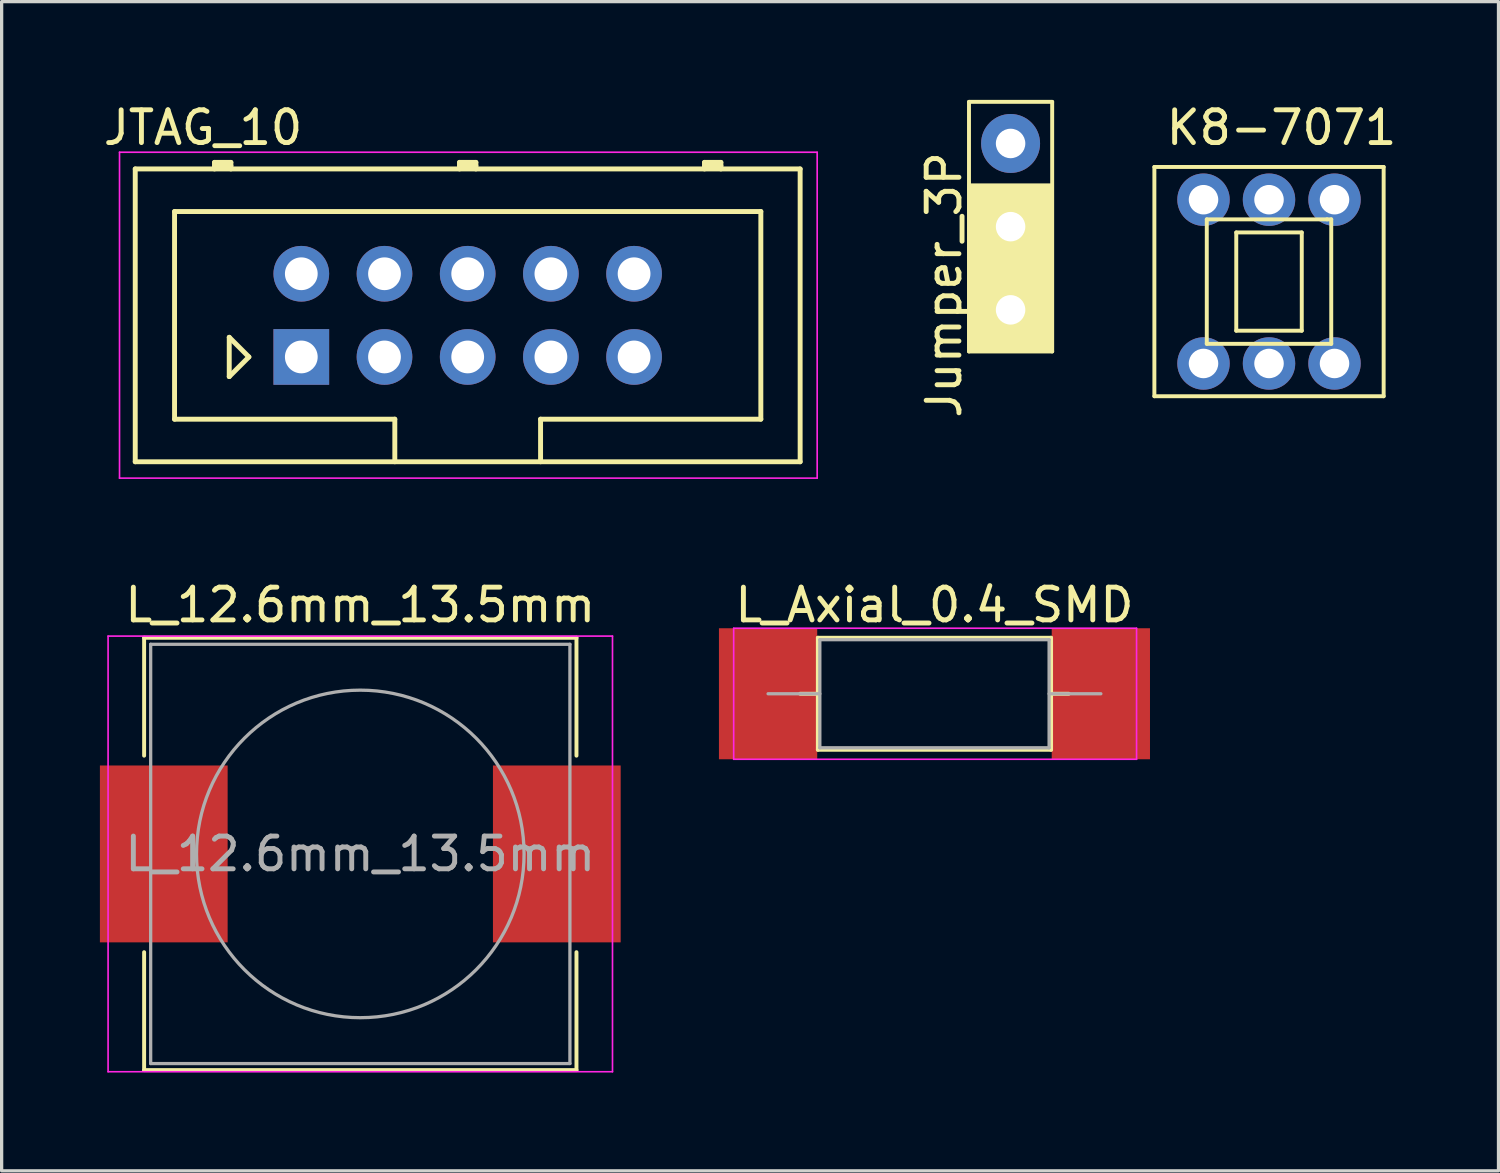
<source format=kicad_pcb>
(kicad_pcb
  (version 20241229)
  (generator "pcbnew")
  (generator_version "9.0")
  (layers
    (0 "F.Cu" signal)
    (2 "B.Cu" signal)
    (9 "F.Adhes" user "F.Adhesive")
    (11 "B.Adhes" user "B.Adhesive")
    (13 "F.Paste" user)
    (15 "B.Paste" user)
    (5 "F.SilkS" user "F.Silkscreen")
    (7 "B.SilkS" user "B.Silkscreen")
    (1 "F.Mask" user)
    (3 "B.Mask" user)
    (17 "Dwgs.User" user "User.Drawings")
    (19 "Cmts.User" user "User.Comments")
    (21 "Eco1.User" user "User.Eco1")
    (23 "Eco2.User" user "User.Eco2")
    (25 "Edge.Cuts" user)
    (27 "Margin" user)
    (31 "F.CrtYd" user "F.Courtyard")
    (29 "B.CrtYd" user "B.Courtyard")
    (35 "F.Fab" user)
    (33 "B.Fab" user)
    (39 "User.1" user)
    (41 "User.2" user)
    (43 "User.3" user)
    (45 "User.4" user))
  (footprint "Jumper_3P"
    (layer "F.Cu")
    (at 27.804 1.33)
    (property "Reference" "Jumper_3P" (at -2.032 4.318 270) (layer "F.SilkS") (effects (font (size 1 1) (thickness 0.15))))
    (attr through_hole)
    (fp_line (start -1.27 -1.27) (end -1.27 6.35) (stroke (width 0.12) (type solid)) (layer "F.SilkS"))
    (fp_line (start -1.27 6.35) (end 1.27 6.35) (stroke (width 0.12) (type solid)) (layer "F.SilkS"))
    (fp_line (start 1.27 -1.27) (end -1.27 -1.27) (stroke (width 0.12) (type solid)) (layer "F.SilkS"))
    (fp_line (start 1.27 6.35) (end 1.27 -1.27) (stroke (width 0.12) (type solid)) (layer "F.SilkS"))
    (fp_poly (pts (xy -1.27 1.27) (xy 1.27 1.27) (xy 1.27 6.35) (xy -1.27 6.35)) (stroke (width 0.1) (type solid)) (fill yes) (layer "F.SilkS"))
    (pad "1" thru_hole circle (at 0 0) (size 1.8 1.8) (drill 0.9) (layers "*.Cu" "*.Mask"))
    (pad "2" thru_hole circle (at 0 2.54) (size 1.8 1.8) (drill 0.9) (layers "*.Cu" "*.Mask"))
    (pad "3" thru_hole circle (at 0 5.08) (size 1.8 1.8) (drill 0.9) (layers "*.Cu" "*.Mask")))
  (footprint "L_12.6mm_13.5mm"
    (layer "F.Cu")
    (at 7.95 23.021)
    (property "Reference" "L_12.6mm_13.5mm" (at 0 -7.6 0) (layer "F.SilkS") (effects (font (size 1 1) (thickness 0.15))))
    (attr smd)
    (fp_line (start -6.6 -6.6) (end 6.6 -6.6) (stroke (width 0.12) (type solid)) (layer "F.SilkS"))
    (fp_line (start -6.6 -3) (end -6.6 -6.6) (stroke (width 0.12) (type solid)) (layer "F.SilkS"))
    (fp_line (start -6.6 6.6) (end -6.6 3) (stroke (width 0.12) (type solid)) (layer "F.SilkS"))
    (fp_line (start 6.6 -6.6) (end 6.6 -3) (stroke (width 0.12) (type solid)) (layer "F.SilkS"))
    (fp_line (start 6.6 3) (end 6.6 6.6) (stroke (width 0.12) (type solid)) (layer "F.SilkS"))
    (fp_line (start 6.6 6.6) (end -6.6 6.6) (stroke (width 0.12) (type solid)) (layer "F.SilkS"))
    (fp_line (start -7.7 -6.65) (end -7.7 6.65) (stroke (width 0.05) (type solid)) (layer "F.CrtYd"))
    (fp_line (start -7.7 -6.65) (end 7.7 -6.65) (stroke (width 0.05) (type solid)) (layer "F.CrtYd"))
    (fp_line (start 7.7 6.65) (end -7.7 6.65) (stroke (width 0.05) (type solid)) (layer "F.CrtYd"))
    (fp_line (start 7.7 6.65) (end 7.7 -6.65) (stroke (width 0.05) (type solid)) (layer "F.CrtYd"))
    (fp_line (start -6.4 -6.4) (end 6.4 -6.4) (stroke (width 0.1) (type solid)) (layer "F.Fab"))
    (fp_line (start -6.4 6.4) (end -6.4 -6.4) (stroke (width 0.1) (type solid)) (layer "F.Fab"))
    (fp_line (start 6.4 -6.4) (end 6.4 6.4) (stroke (width 0.1) (type solid)) (layer "F.Fab"))
    (fp_line (start 6.4 6.4) (end -6.4 6.4) (stroke (width 0.1) (type solid)) (layer "F.Fab"))
    (fp_circle (center 0 0) (end 5 0) (stroke (width 0.1) (type solid)) (fill no) (layer "F.Fab"))
    (fp_text user "${REFERENCE}" (at 0 0 0) (layer "F.Fab") (effects (font (size 1 1) (thickness 0.15))))
    (pad "1" smd rect (at -6 0) (size 3.9 5.4) (layers "F.Cu" "F.Mask" "F.Paste"))
    (pad "2" smd rect (at 6 0) (size 3.9 5.4) (layers "F.Cu" "F.Mask" "F.Paste")))
  (footprint "L_Axial_0.4_SMD"
    (layer "F.Cu")
    (at 20.4 18.131)
    (property "Reference" "L_Axial_0.4_SMD" (at 5.08 -2.71 0) (layer "F.SilkS") (effects (font (size 1 1) (thickness 0.15))))
    (attr through_hole)
    (fp_line (start 0.98 0) (end 1.52 0) (stroke (width 0.12) (type solid)) (layer "F.SilkS"))
    (fp_line (start 1.52 -1.71) (end 1.52 1.71) (stroke (width 0.12) (type solid)) (layer "F.SilkS"))
    (fp_line (start 1.52 1.71) (end 8.64 1.71) (stroke (width 0.12) (type solid)) (layer "F.SilkS"))
    (fp_line (start 8.64 -1.71) (end 1.52 -1.71) (stroke (width 0.12) (type solid)) (layer "F.SilkS"))
    (fp_line (start 8.64 1.71) (end 8.64 -1.71) (stroke (width 0.12) (type solid)) (layer "F.SilkS"))
    (fp_line (start 9.18 0) (end 8.64 0) (stroke (width 0.12) (type solid)) (layer "F.SilkS"))
    (fp_line (start -1.05 -2) (end -1.05 2) (stroke (width 0.05) (type solid)) (layer "F.CrtYd"))
    (fp_line (start -1.05 2) (end 11.25 2) (stroke (width 0.05) (type solid)) (layer "F.CrtYd"))
    (fp_line (start 11.25 -2) (end -1.05 -2) (stroke (width 0.05) (type solid)) (layer "F.CrtYd"))
    (fp_line (start 11.25 2) (end 11.25 -2) (stroke (width 0.05) (type solid)) (layer "F.CrtYd"))
    (fp_line (start 0 0) (end 1.58 0) (stroke (width 0.1) (type solid)) (layer "F.Fab"))
    (fp_line (start 1.58 -1.65) (end 1.58 1.65) (stroke (width 0.1) (type solid)) (layer "F.Fab"))
    (fp_line (start 1.58 1.65) (end 8.58 1.65) (stroke (width 0.1) (type solid)) (layer "F.Fab"))
    (fp_line (start 8.58 -1.65) (end 1.58 -1.65) (stroke (width 0.1) (type solid)) (layer "F.Fab"))
    (fp_line (start 8.58 1.65) (end 8.58 -1.65) (stroke (width 0.1) (type solid)) (layer "F.Fab"))
    (fp_line (start 10.16 0) (end 8.58 0) (stroke (width 0.1) (type solid)) (layer "F.Fab"))
    (pad "1" smd rect (at 0 0) (size 3 4) (layers "F.Cu" "F.Mask" "F.Paste"))
    (pad "2" smd rect (at 10.16 0) (size 3 4) (layers "F.Cu" "F.Mask" "F.Paste")))
  (footprint "K8-7071"
    (layer "F.Cu")
    (at 35.694 5.547)
    (property "Reference" "K8-7071" (at 0.381 -4.699 0) (layer "F.SilkS") (effects (font (size 1 1) (thickness 0.15))))
    (attr through_hole)
    (fp_line (start -3.5 -3.5) (end -3.5 3.5) (stroke (width 0.12) (type solid)) (layer "F.SilkS"))
    (fp_line (start -3.5 -3.5) (end 3.5 -3.5) (stroke (width 0.12) (type solid)) (layer "F.SilkS"))
    (fp_line (start -3.5 3.5) (end 3.5 3.5) (stroke (width 0.12) (type solid)) (layer "F.SilkS"))
    (fp_line (start -1.9 -1.9) (end -1.9 1.9) (stroke (width 0.12) (type solid)) (layer "F.SilkS"))
    (fp_line (start -1.9 -1.9) (end 1.773 -1.9) (stroke (width 0.12) (type solid)) (layer "F.SilkS"))
    (fp_line (start -1.9 1.9) (end 1.9 1.9) (stroke (width 0.12) (type solid)) (layer "F.SilkS"))
    (fp_line (start -1 -1.5) (end -1 1.5) (stroke (width 0.12) (type solid)) (layer "F.SilkS"))
    (fp_line (start -1 -1.5) (end 1 -1.5) (stroke (width 0.12) (type solid)) (layer "F.SilkS"))
    (fp_line (start -1 1.5) (end 1 1.5) (stroke (width 0.12) (type solid)) (layer "F.SilkS"))
    (fp_line (start 1 -1.5) (end 1 1.5) (stroke (width 0.12) (type solid)) (layer "F.SilkS"))
    (fp_line (start 1.773 -1.9) (end 1.9 -1.9) (stroke (width 0.12) (type solid)) (layer "F.SilkS"))
    (fp_line (start 1.9 1.9) (end 1.9 -1.9) (stroke (width 0.12) (type solid)) (layer "F.SilkS"))
    (fp_line (start 3.5 3.5) (end 3.5 -3.5) (stroke (width 0.12) (type solid)) (layer "F.SilkS"))
    (pad "1" thru_hole circle (at -2 2.5) (size 1.6 1.6) (drill 0.9) (layers "*.Cu" "*.Mask"))
    (pad "2" thru_hole circle (at 0 2.5) (size 1.6 1.6) (drill 0.9) (layers "*.Cu" "*.Mask"))
    (pad "3" thru_hole circle (at 2 2.5) (size 1.6 1.6) (drill 0.9) (layers "*.Cu" "*.Mask"))
    (pad "4" thru_hole circle (at -2 -2.5) (size 1.6 1.6) (drill 0.9) (layers "*.Cu" "*.Mask"))
    (pad "5" thru_hole circle (at 0 -2.5) (size 1.6 1.6) (drill 0.9) (layers "*.Cu" "*.Mask"))
    (pad "6" thru_hole circle (at 2 -2.5) (size 1.6 1.6) (drill 0.9) (layers "*.Cu" "*.Mask")))
  (footprint "JTAG_10"
    (layer "F.Cu")
    (at 6.149 7.848)
    (property "Reference" "JTAG_10" (at -3 -7 0) (layer "F.SilkS") (effects (font (size 1 1) (thickness 0.15))))
    (attr through_hole)
    (fp_line (start -5.07 -5.74) (end 15.23 -5.74) (stroke (width 0.15) (type solid)) (layer "F.SilkS"))
    (fp_line (start -5.07 3.2) (end -5.07 -5.74) (stroke (width 0.15) (type solid)) (layer "F.SilkS"))
    (fp_line (start -3.87 -4.44) (end 14.03 -4.44) (stroke (width 0.15) (type solid)) (layer "F.SilkS"))
    (fp_line (start -3.87 1.9) (end -3.87 -4.44) (stroke (width 0.15) (type solid)) (layer "F.SilkS"))
    (fp_line (start -2.65 -5.94) (end -2.15 -5.94) (stroke (width 0.15) (type solid)) (layer "F.SilkS"))
    (fp_line (start -2.65 -5.84) (end -2.15 -5.84) (stroke (width 0.15) (type solid)) (layer "F.SilkS"))
    (fp_line (start -2.65 -5.74) (end -2.65 -5.94) (stroke (width 0.15) (type solid)) (layer "F.SilkS"))
    (fp_line (start -2.2 -0.6) (end -1.6 0) (stroke (width 0.15) (type solid)) (layer "F.SilkS"))
    (fp_line (start -2.2 0.6) (end -2.2 -0.6) (stroke (width 0.15) (type solid)) (layer "F.SilkS"))
    (fp_line (start -2.15 -5.94) (end -2.15 -5.74) (stroke (width 0.15) (type solid)) (layer "F.SilkS"))
    (fp_line (start -1.6 0) (end -2.2 0.6) (stroke (width 0.15) (type solid)) (layer "F.SilkS"))
    (fp_line (start 2.855 1.9) (end -3.87 1.9) (stroke (width 0.15) (type solid)) (layer "F.SilkS"))
    (fp_line (start 2.855 3.2) (end 2.855 1.9) (stroke (width 0.15) (type solid)) (layer "F.SilkS"))
    (fp_line (start 4.83 -5.94) (end 5.33 -5.94) (stroke (width 0.15) (type solid)) (layer "F.SilkS"))
    (fp_line (start 4.83 -5.84) (end 5.33 -5.84) (stroke (width 0.15) (type solid)) (layer "F.SilkS"))
    (fp_line (start 4.83 -5.74) (end 4.83 -5.94) (stroke (width 0.15) (type solid)) (layer "F.SilkS"))
    (fp_line (start 5.33 -5.94) (end 5.33 -5.74) (stroke (width 0.15) (type solid)) (layer "F.SilkS"))
    (fp_line (start 7.305 1.9) (end 7.305 3.2) (stroke (width 0.15) (type solid)) (layer "F.SilkS"))
    (fp_line (start 12.31 -5.94) (end 12.81 -5.94) (stroke (width 0.15) (type solid)) (layer "F.SilkS"))
    (fp_line (start 12.31 -5.84) (end 12.81 -5.84) (stroke (width 0.15) (type solid)) (layer "F.SilkS"))
    (fp_line (start 12.31 -5.74) (end 12.31 -5.94) (stroke (width 0.15) (type solid)) (layer "F.SilkS"))
    (fp_line (start 12.81 -5.94) (end 12.81 -5.74) (stroke (width 0.15) (type solid)) (layer "F.SilkS"))
    (fp_line (start 14.03 -4.44) (end 14.03 1.9) (stroke (width 0.15) (type solid)) (layer "F.SilkS"))
    (fp_line (start 14.03 1.9) (end 7.305 1.9) (stroke (width 0.15) (type solid)) (layer "F.SilkS"))
    (fp_line (start 15.23 -5.74) (end 15.23 3.2) (stroke (width 0.15) (type solid)) (layer "F.SilkS"))
    (fp_line (start 15.23 3.2) (end -5.07 3.2) (stroke (width 0.15) (type solid)) (layer "F.SilkS"))
    (fp_line (start -5.55 -6.25) (end 15.75 -6.25) (stroke (width 0.05) (type solid)) (layer "F.CrtYd"))
    (fp_line (start -5.55 3.7) (end -5.55 -6.25) (stroke (width 0.05) (type solid)) (layer "F.CrtYd"))
    (fp_line (start 15.75 -6.25) (end 15.75 3.7) (stroke (width 0.05) (type solid)) (layer "F.CrtYd"))
    (fp_line (start 15.75 3.7) (end -5.55 3.7) (stroke (width 0.05) (type solid)) (layer "F.CrtYd"))
    (pad "1" thru_hole rect (at 0 0) (size 1.7 1.7) (drill 1) (layers "*.Cu" "*.Mask"))
    (pad "2" thru_hole circle (at 0 -2.54) (size 1.7 1.7) (drill 1) (layers "*.Cu" "*.Mask"))
    (pad "3" thru_hole circle (at 2.54 0) (size 1.7 1.7) (drill 1) (layers "*.Cu" "*.Mask"))
    (pad "4" thru_hole circle (at 2.54 -2.54) (size 1.7 1.7) (drill 1) (layers "*.Cu" "*.Mask"))
    (pad "5" thru_hole circle (at 5.08 0) (size 1.7 1.7) (drill 1) (layers "*.Cu" "*.Mask"))
    (pad "6" thru_hole circle (at 5.08 -2.54) (size 1.7 1.7) (drill 1) (layers "*.Cu" "*.Mask"))
    (pad "7" thru_hole circle (at 7.62 0) (size 1.7 1.7) (drill 1) (layers "*.Cu" "*.Mask"))
    (pad "8" thru_hole circle (at 7.62 -2.54) (size 1.7 1.7) (drill 1) (layers "*.Cu" "*.Mask"))
    (pad "9" thru_hole circle (at 10.16 0) (size 1.7 1.7) (drill 1) (layers "*.Cu" "*.Mask"))
    (pad "10" thru_hole circle (at 10.16 -2.54) (size 1.7 1.7) (drill 1) (layers "*.Cu" "*.Mask")))
  (gr_rect
    (start -3 -3)
    (end 42.7 32.697)
    (stroke (width 0.1) (type default))
    (fill no)
    (layer "Edge.Cuts")))
</source>
